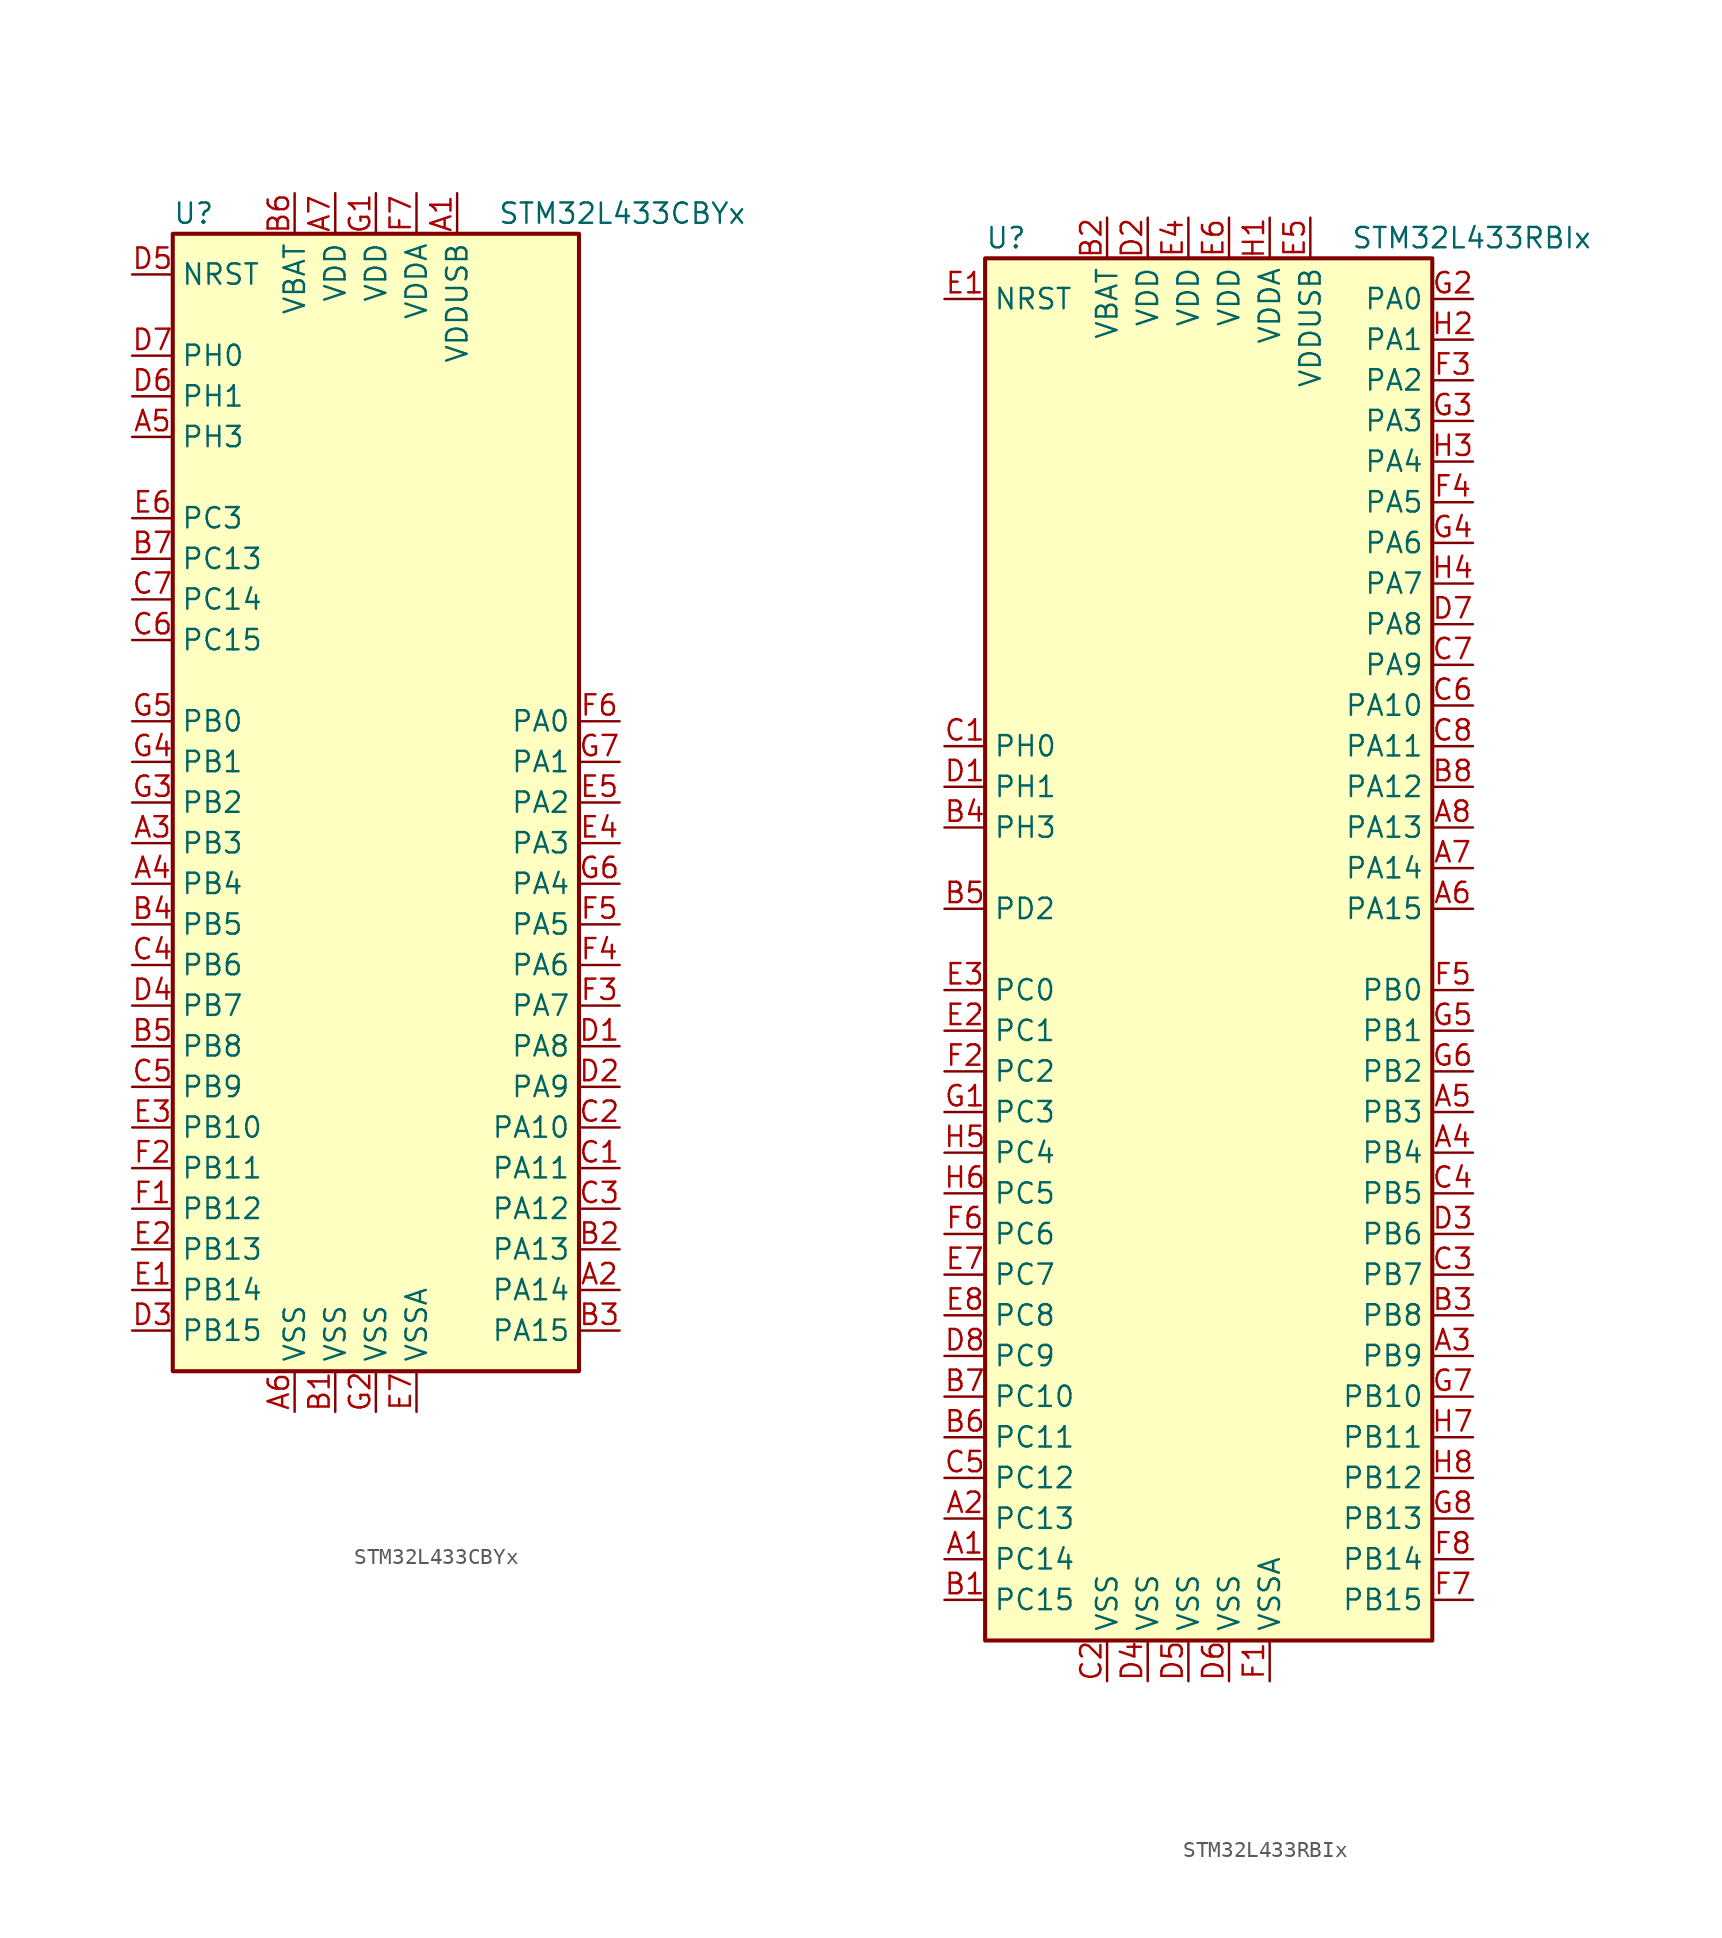
<source format=kicad_sym>
(kicad_symbol_lib
  (version 20211014)
  (generator kicad_symbol_editor)
  (symbol "STM32L433CBYx"
    (property "Reference" "U"
      (at -12.7 36.83 0)
      (effects (font (size 1.27 1.27)) (justify left)))
    (property "Value" "STM32L433CBYx"
      (at 7.62 36.83 0)
      (effects (font (size 1.27 1.27)) (justify left)))
    (symbol "STM32L433CBYx_0_1"
      (rectangle (start -12.7 -35.56) (end 12.7 35.56) (stroke (width 0.254) (type default) (color 0 0 0 0)) (fill (type background))))
    (symbol "STM32L433CBYx_1_1"
      (pin power_in line (at 5.08 38.1 270) (length 2.54) (name "VDDUSB" (effects (font (size 1.27 1.27)))) (number "A1" (effects (font (size 1.27 1.27)))))
      (pin bidirectional line (at 15.24 -30.48 180) (length 2.54) (name "PA14" (effects (font (size 1.27 1.27)))) (number "A2" (effects (font (size 1.27 1.27)))))
      (pin bidirectional line (at -15.24 -2.54 0) (length 2.54) (name "PB3" (effects (font (size 1.27 1.27)))) (number "A3" (effects (font (size 1.27 1.27)))))
      (pin bidirectional line (at -15.24 -5.08 0) (length 2.54) (name "PB4" (effects (font (size 1.27 1.27)))) (number "A4" (effects (font (size 1.27 1.27)))))
      (pin bidirectional line (at -15.24 22.86 0) (length 2.54) (name "PH3" (effects (font (size 1.27 1.27)))) (number "A5" (effects (font (size 1.27 1.27)))))
      (pin power_in line (at -5.08 -38.1 90) (length 2.54) (name "VSS" (effects (font (size 1.27 1.27)))) (number "A6" (effects (font (size 1.27 1.27)))))
      (pin power_in line (at -2.54 38.1 270) (length 2.54) (name "VDD" (effects (font (size 1.27 1.27)))) (number "A7" (effects (font (size 1.27 1.27)))))
      (pin power_in line (at -2.54 -38.1 90) (length 2.54) (name "VSS" (effects (font (size 1.27 1.27)))) (number "B1" (effects (font (size 1.27 1.27)))))
      (pin bidirectional line (at 15.24 -27.94 180) (length 2.54) (name "PA13" (effects (font (size 1.27 1.27)))) (number "B2" (effects (font (size 1.27 1.27)))))
      (pin bidirectional line (at 15.24 -33.02 180) (length 2.54) (name "PA15" (effects (font (size 1.27 1.27)))) (number "B3" (effects (font (size 1.27 1.27)))))
      (pin bidirectional line (at -15.24 -7.62 0) (length 2.54) (name "PB5" (effects (font (size 1.27 1.27)))) (number "B4" (effects (font (size 1.27 1.27)))))
      (pin bidirectional line (at -15.24 -15.24 0) (length 2.54) (name "PB8" (effects (font (size 1.27 1.27)))) (number "B5" (effects (font (size 1.27 1.27)))))
      (pin power_in line (at -5.08 38.1 270) (length 2.54) (name "VBAT" (effects (font (size 1.27 1.27)))) (number "B6" (effects (font (size 1.27 1.27)))))
      (pin bidirectional line (at -15.24 15.24 0) (length 2.54) (name "PC13" (effects (font (size 1.27 1.27)))) (number "B7" (effects (font (size 1.27 1.27)))))
      (pin bidirectional line (at 15.24 -22.86 180) (length 2.54) (name "PA11" (effects (font (size 1.27 1.27)))) (number "C1" (effects (font (size 1.27 1.27)))))
      (pin bidirectional line (at 15.24 -20.32 180) (length 2.54) (name "PA10" (effects (font (size 1.27 1.27)))) (number "C2" (effects (font (size 1.27 1.27)))))
      (pin bidirectional line (at 15.24 -25.4 180) (length 2.54) (name "PA12" (effects (font (size 1.27 1.27)))) (number "C3" (effects (font (size 1.27 1.27)))))
      (pin bidirectional line (at -15.24 -10.16 0) (length 2.54) (name "PB6" (effects (font (size 1.27 1.27)))) (number "C4" (effects (font (size 1.27 1.27)))))
      (pin bidirectional line (at -15.24 -17.78 0) (length 2.54) (name "PB9" (effects (font (size 1.27 1.27)))) (number "C5" (effects (font (size 1.27 1.27)))))
      (pin bidirectional line (at -15.24 10.16 0) (length 2.54) (name "PC15" (effects (font (size 1.27 1.27)))) (number "C6" (effects (font (size 1.27 1.27)))))
      (pin bidirectional line (at -15.24 12.7 0) (length 2.54) (name "PC14" (effects (font (size 1.27 1.27)))) (number "C7" (effects (font (size 1.27 1.27)))))
      (pin bidirectional line (at 15.24 -15.24 180) (length 2.54) (name "PA8" (effects (font (size 1.27 1.27)))) (number "D1" (effects (font (size 1.27 1.27)))))
      (pin bidirectional line (at 15.24 -17.78 180) (length 2.54) (name "PA9" (effects (font (size 1.27 1.27)))) (number "D2" (effects (font (size 1.27 1.27)))))
      (pin bidirectional line (at -15.24 -33.02 0) (length 2.54) (name "PB15" (effects (font (size 1.27 1.27)))) (number "D3" (effects (font (size 1.27 1.27)))))
      (pin bidirectional line (at -15.24 -12.7 0) (length 2.54) (name "PB7" (effects (font (size 1.27 1.27)))) (number "D4" (effects (font (size 1.27 1.27)))))
      (pin input line (at -15.24 33.02 0) (length 2.54) (name "NRST" (effects (font (size 1.27 1.27)))) (number "D5" (effects (font (size 1.27 1.27)))))
      (pin input line (at -15.24 25.4 0) (length 2.54) (name "PH1" (effects (font (size 1.27 1.27)))) (number "D6" (effects (font (size 1.27 1.27)))))
      (pin input line (at -15.24 27.94 0) (length 2.54) (name "PH0" (effects (font (size 1.27 1.27)))) (number "D7" (effects (font (size 1.27 1.27)))))
      (pin bidirectional line (at -15.24 -30.48 0) (length 2.54) (name "PB14" (effects (font (size 1.27 1.27)))) (number "E1" (effects (font (size 1.27 1.27)))))
      (pin bidirectional line (at -15.24 -27.94 0) (length 2.54) (name "PB13" (effects (font (size 1.27 1.27)))) (number "E2" (effects (font (size 1.27 1.27)))))
      (pin bidirectional line (at -15.24 -20.32 0) (length 2.54) (name "PB10" (effects (font (size 1.27 1.27)))) (number "E3" (effects (font (size 1.27 1.27)))))
      (pin bidirectional line (at 15.24 -2.54 180) (length 2.54) (name "PA3" (effects (font (size 1.27 1.27)))) (number "E4" (effects (font (size 1.27 1.27)))))
      (pin bidirectional line (at 15.24 0 180) (length 2.54) (name "PA2" (effects (font (size 1.27 1.27)))) (number "E5" (effects (font (size 1.27 1.27)))))
      (pin bidirectional line (at -15.24 17.78 0) (length 2.54) (name "PC3" (effects (font (size 1.27 1.27)))) (number "E6" (effects (font (size 1.27 1.27)))))
      (pin power_in line (at 2.54 -38.1 90) (length 2.54) (name "VSSA" (effects (font (size 1.27 1.27)))) (number "E7" (effects (font (size 1.27 1.27)))))
      (pin bidirectional line (at -15.24 -25.4 0) (length 2.54) (name "PB12" (effects (font (size 1.27 1.27)))) (number "F1" (effects (font (size 1.27 1.27)))))
      (pin bidirectional line (at -15.24 -22.86 0) (length 2.54) (name "PB11" (effects (font (size 1.27 1.27)))) (number "F2" (effects (font (size 1.27 1.27)))))
      (pin bidirectional line (at 15.24 -12.7 180) (length 2.54) (name "PA7" (effects (font (size 1.27 1.27)))) (number "F3" (effects (font (size 1.27 1.27)))))
      (pin bidirectional line (at 15.24 -10.16 180) (length 2.54) (name "PA6" (effects (font (size 1.27 1.27)))) (number "F4" (effects (font (size 1.27 1.27)))))
      (pin bidirectional line (at 15.24 -7.62 180) (length 2.54) (name "PA5" (effects (font (size 1.27 1.27)))) (number "F5" (effects (font (size 1.27 1.27)))))
      (pin bidirectional line (at 15.24 5.08 180) (length 2.54) (name "PA0" (effects (font (size 1.27 1.27)))) (number "F6" (effects (font (size 1.27 1.27)))))
      (pin power_in line (at 2.54 38.1 270) (length 2.54) (name "VDDA" (effects (font (size 1.27 1.27)))) (number "F7" (effects (font (size 1.27 1.27)))))
      (pin power_in line (at 0 38.1 270) (length 2.54) (name "VDD" (effects (font (size 1.27 1.27)))) (number "G1" (effects (font (size 1.27 1.27)))))
      (pin power_in line (at 0 -38.1 90) (length 2.54) (name "VSS" (effects (font (size 1.27 1.27)))) (number "G2" (effects (font (size 1.27 1.27)))))
      (pin bidirectional line (at -15.24 0 0) (length 2.54) (name "PB2" (effects (font (size 1.27 1.27)))) (number "G3" (effects (font (size 1.27 1.27)))))
      (pin bidirectional line (at -15.24 2.54 0) (length 2.54) (name "PB1" (effects (font (size 1.27 1.27)))) (number "G4" (effects (font (size 1.27 1.27)))))
      (pin bidirectional line (at -15.24 5.08 0) (length 2.54) (name "PB0" (effects (font (size 1.27 1.27)))) (number "G5" (effects (font (size 1.27 1.27)))))
      (pin bidirectional line (at 15.24 -5.08 180) (length 2.54) (name "PA4" (effects (font (size 1.27 1.27)))) (number "G6" (effects (font (size 1.27 1.27)))))
      (pin bidirectional line (at 15.24 2.54 180) (length 2.54) (name "PA1" (effects (font (size 1.27 1.27)))) (number "G7" (effects (font (size 1.27 1.27)))))))
  (symbol "STM32L433RBIx"
    (property "Reference" "U"
      (at -15.24 44.45 0)
      (effects (font (size 1.27 1.27)) (justify left)))
    (property "Value" "STM32L433RBIx"
      (at 7.62 44.45 0)
      (effects (font (size 1.27 1.27)) (justify left)))
    (symbol "STM32L433RBIx_0_1"
      (rectangle (start -15.24 -43.18) (end 12.7 43.18) (stroke (width 0.254) (type default) (color 0 0 0 0)) (fill (type background))))
    (symbol "STM32L433RBIx_1_1"
      (pin bidirectional line (at -17.78 -38.1 0) (length 2.54) (name "PC14" (effects (font (size 1.27 1.27)))) (number "A1" (effects (font (size 1.27 1.27)))))
      (pin bidirectional line (at -17.78 -35.56 0) (length 2.54) (name "PC13" (effects (font (size 1.27 1.27)))) (number "A2" (effects (font (size 1.27 1.27)))))
      (pin bidirectional line (at 15.24 -25.4 180) (length 2.54) (name "PB9" (effects (font (size 1.27 1.27)))) (number "A3" (effects (font (size 1.27 1.27)))))
      (pin bidirectional line (at 15.24 -12.7 180) (length 2.54) (name "PB4" (effects (font (size 1.27 1.27)))) (number "A4" (effects (font (size 1.27 1.27)))))
      (pin bidirectional line (at 15.24 -10.16 180) (length 2.54) (name "PB3" (effects (font (size 1.27 1.27)))) (number "A5" (effects (font (size 1.27 1.27)))))
      (pin bidirectional line (at 15.24 2.54 180) (length 2.54) (name "PA15" (effects (font (size 1.27 1.27)))) (number "A6" (effects (font (size 1.27 1.27)))))
      (pin bidirectional line (at 15.24 5.08 180) (length 2.54) (name "PA14" (effects (font (size 1.27 1.27)))) (number "A7" (effects (font (size 1.27 1.27)))))
      (pin bidirectional line (at 15.24 7.62 180) (length 2.54) (name "PA13" (effects (font (size 1.27 1.27)))) (number "A8" (effects (font (size 1.27 1.27)))))
      (pin bidirectional line (at -17.78 -40.64 0) (length 2.54) (name "PC15" (effects (font (size 1.27 1.27)))) (number "B1" (effects (font (size 1.27 1.27)))))
      (pin power_in line (at -7.62 45.72 270) (length 2.54) (name "VBAT" (effects (font (size 1.27 1.27)))) (number "B2" (effects (font (size 1.27 1.27)))))
      (pin bidirectional line (at 15.24 -22.86 180) (length 2.54) (name "PB8" (effects (font (size 1.27 1.27)))) (number "B3" (effects (font (size 1.27 1.27)))))
      (pin bidirectional line (at -17.78 7.62 0) (length 2.54) (name "PH3" (effects (font (size 1.27 1.27)))) (number "B4" (effects (font (size 1.27 1.27)))))
      (pin bidirectional line (at -17.78 2.54 0) (length 2.54) (name "PD2" (effects (font (size 1.27 1.27)))) (number "B5" (effects (font (size 1.27 1.27)))))
      (pin bidirectional line (at -17.78 -30.48 0) (length 2.54) (name "PC11" (effects (font (size 1.27 1.27)))) (number "B6" (effects (font (size 1.27 1.27)))))
      (pin bidirectional line (at -17.78 -27.94 0) (length 2.54) (name "PC10" (effects (font (size 1.27 1.27)))) (number "B7" (effects (font (size 1.27 1.27)))))
      (pin bidirectional line (at 15.24 10.16 180) (length 2.54) (name "PA12" (effects (font (size 1.27 1.27)))) (number "B8" (effects (font (size 1.27 1.27)))))
      (pin input line (at -17.78 12.7 0) (length 2.54) (name "PH0" (effects (font (size 1.27 1.27)))) (number "C1" (effects (font (size 1.27 1.27)))))
      (pin power_in line (at -7.62 -45.72 90) (length 2.54) (name "VSS" (effects (font (size 1.27 1.27)))) (number "C2" (effects (font (size 1.27 1.27)))))
      (pin bidirectional line (at 15.24 -20.32 180) (length 2.54) (name "PB7" (effects (font (size 1.27 1.27)))) (number "C3" (effects (font (size 1.27 1.27)))))
      (pin bidirectional line (at 15.24 -15.24 180) (length 2.54) (name "PB5" (effects (font (size 1.27 1.27)))) (number "C4" (effects (font (size 1.27 1.27)))))
      (pin bidirectional line (at -17.78 -33.02 0) (length 2.54) (name "PC12" (effects (font (size 1.27 1.27)))) (number "C5" (effects (font (size 1.27 1.27)))))
      (pin bidirectional line (at 15.24 15.24 180) (length 2.54) (name "PA10" (effects (font (size 1.27 1.27)))) (number "C6" (effects (font (size 1.27 1.27)))))
      (pin bidirectional line (at 15.24 17.78 180) (length 2.54) (name "PA9" (effects (font (size 1.27 1.27)))) (number "C7" (effects (font (size 1.27 1.27)))))
      (pin bidirectional line (at 15.24 12.7 180) (length 2.54) (name "PA11" (effects (font (size 1.27 1.27)))) (number "C8" (effects (font (size 1.27 1.27)))))
      (pin input line (at -17.78 10.16 0) (length 2.54) (name "PH1" (effects (font (size 1.27 1.27)))) (number "D1" (effects (font (size 1.27 1.27)))))
      (pin power_in line (at -5.08 45.72 270) (length 2.54) (name "VDD" (effects (font (size 1.27 1.27)))) (number "D2" (effects (font (size 1.27 1.27)))))
      (pin bidirectional line (at 15.24 -17.78 180) (length 2.54) (name "PB6" (effects (font (size 1.27 1.27)))) (number "D3" (effects (font (size 1.27 1.27)))))
      (pin power_in line (at -5.08 -45.72 90) (length 2.54) (name "VSS" (effects (font (size 1.27 1.27)))) (number "D4" (effects (font (size 1.27 1.27)))))
      (pin power_in line (at -2.54 -45.72 90) (length 2.54) (name "VSS" (effects (font (size 1.27 1.27)))) (number "D5" (effects (font (size 1.27 1.27)))))
      (pin power_in line (at 0 -45.72 90) (length 2.54) (name "VSS" (effects (font (size 1.27 1.27)))) (number "D6" (effects (font (size 1.27 1.27)))))
      (pin bidirectional line (at 15.24 20.32 180) (length 2.54) (name "PA8" (effects (font (size 1.27 1.27)))) (number "D7" (effects (font (size 1.27 1.27)))))
      (pin bidirectional line (at -17.78 -25.4 0) (length 2.54) (name "PC9" (effects (font (size 1.27 1.27)))) (number "D8" (effects (font (size 1.27 1.27)))))
      (pin input line (at -17.78 40.64 0) (length 2.54) (name "NRST" (effects (font (size 1.27 1.27)))) (number "E1" (effects (font (size 1.27 1.27)))))
      (pin bidirectional line (at -17.78 -5.08 0) (length 2.54) (name "PC1" (effects (font (size 1.27 1.27)))) (number "E2" (effects (font (size 1.27 1.27)))))
      (pin bidirectional line (at -17.78 -2.54 0) (length 2.54) (name "PC0" (effects (font (size 1.27 1.27)))) (number "E3" (effects (font (size 1.27 1.27)))))
      (pin power_in line (at -2.54 45.72 270) (length 2.54) (name "VDD" (effects (font (size 1.27 1.27)))) (number "E4" (effects (font (size 1.27 1.27)))))
      (pin power_in line (at 5.08 45.72 270) (length 2.54) (name "VDDUSB" (effects (font (size 1.27 1.27)))) (number "E5" (effects (font (size 1.27 1.27)))))
      (pin power_in line (at 0 45.72 270) (length 2.54) (name "VDD" (effects (font (size 1.27 1.27)))) (number "E6" (effects (font (size 1.27 1.27)))))
      (pin bidirectional line (at -17.78 -20.32 0) (length 2.54) (name "PC7" (effects (font (size 1.27 1.27)))) (number "E7" (effects (font (size 1.27 1.27)))))
      (pin bidirectional line (at -17.78 -22.86 0) (length 2.54) (name "PC8" (effects (font (size 1.27 1.27)))) (number "E8" (effects (font (size 1.27 1.27)))))
      (pin power_in line (at 2.54 -45.72 90) (length 2.54) (name "VSSA" (effects (font (size 1.27 1.27)))) (number "F1" (effects (font (size 1.27 1.27)))))
      (pin bidirectional line (at -17.78 -7.62 0) (length 2.54) (name "PC2" (effects (font (size 1.27 1.27)))) (number "F2" (effects (font (size 1.27 1.27)))))
      (pin bidirectional line (at 15.24 35.56 180) (length 2.54) (name "PA2" (effects (font (size 1.27 1.27)))) (number "F3" (effects (font (size 1.27 1.27)))))
      (pin bidirectional line (at 15.24 27.94 180) (length 2.54) (name "PA5" (effects (font (size 1.27 1.27)))) (number "F4" (effects (font (size 1.27 1.27)))))
      (pin bidirectional line (at 15.24 -2.54 180) (length 2.54) (name "PB0" (effects (font (size 1.27 1.27)))) (number "F5" (effects (font (size 1.27 1.27)))))
      (pin bidirectional line (at -17.78 -17.78 0) (length 2.54) (name "PC6" (effects (font (size 1.27 1.27)))) (number "F6" (effects (font (size 1.27 1.27)))))
      (pin bidirectional line (at 15.24 -40.64 180) (length 2.54) (name "PB15" (effects (font (size 1.27 1.27)))) (number "F7" (effects (font (size 1.27 1.27)))))
      (pin bidirectional line (at 15.24 -38.1 180) (length 2.54) (name "PB14" (effects (font (size 1.27 1.27)))) (number "F8" (effects (font (size 1.27 1.27)))))
      (pin bidirectional line (at -17.78 -10.16 0) (length 2.54) (name "PC3" (effects (font (size 1.27 1.27)))) (number "G1" (effects (font (size 1.27 1.27)))))
      (pin bidirectional line (at 15.24 40.64 180) (length 2.54) (name "PA0" (effects (font (size 1.27 1.27)))) (number "G2" (effects (font (size 1.27 1.27)))))
      (pin bidirectional line (at 15.24 33.02 180) (length 2.54) (name "PA3" (effects (font (size 1.27 1.27)))) (number "G3" (effects (font (size 1.27 1.27)))))
      (pin bidirectional line (at 15.24 25.4 180) (length 2.54) (name "PA6" (effects (font (size 1.27 1.27)))) (number "G4" (effects (font (size 1.27 1.27)))))
      (pin bidirectional line (at 15.24 -5.08 180) (length 2.54) (name "PB1" (effects (font (size 1.27 1.27)))) (number "G5" (effects (font (size 1.27 1.27)))))
      (pin bidirectional line (at 15.24 -7.62 180) (length 2.54) (name "PB2" (effects (font (size 1.27 1.27)))) (number "G6" (effects (font (size 1.27 1.27)))))
      (pin bidirectional line (at 15.24 -27.94 180) (length 2.54) (name "PB10" (effects (font (size 1.27 1.27)))) (number "G7" (effects (font (size 1.27 1.27)))))
      (pin bidirectional line (at 15.24 -35.56 180) (length 2.54) (name "PB13" (effects (font (size 1.27 1.27)))) (number "G8" (effects (font (size 1.27 1.27)))))
      (pin power_in line (at 2.54 45.72 270) (length 2.54) (name "VDDA" (effects (font (size 1.27 1.27)))) (number "H1" (effects (font (size 1.27 1.27)))))
      (pin bidirectional line (at 15.24 38.1 180) (length 2.54) (name "PA1" (effects (font (size 1.27 1.27)))) (number "H2" (effects (font (size 1.27 1.27)))))
      (pin bidirectional line (at 15.24 30.48 180) (length 2.54) (name "PA4" (effects (font (size 1.27 1.27)))) (number "H3" (effects (font (size 1.27 1.27)))))
      (pin bidirectional line (at 15.24 22.86 180) (length 2.54) (name "PA7" (effects (font (size 1.27 1.27)))) (number "H4" (effects (font (size 1.27 1.27)))))
      (pin bidirectional line (at -17.78 -12.7 0) (length 2.54) (name "PC4" (effects (font (size 1.27 1.27)))) (number "H5" (effects (font (size 1.27 1.27)))))
      (pin bidirectional line (at -17.78 -15.24 0) (length 2.54) (name "PC5" (effects (font (size 1.27 1.27)))) (number "H6" (effects (font (size 1.27 1.27)))))
      (pin bidirectional line (at 15.24 -30.48 180) (length 2.54) (name "PB11" (effects (font (size 1.27 1.27)))) (number "H7" (effects (font (size 1.27 1.27)))))
      (pin bidirectional line (at 15.24 -33.02 180) (length 2.54) (name "PB12" (effects (font (size 1.27 1.27)))) (number "H8" (effects (font (size 1.27 1.27))))))))
</source>
